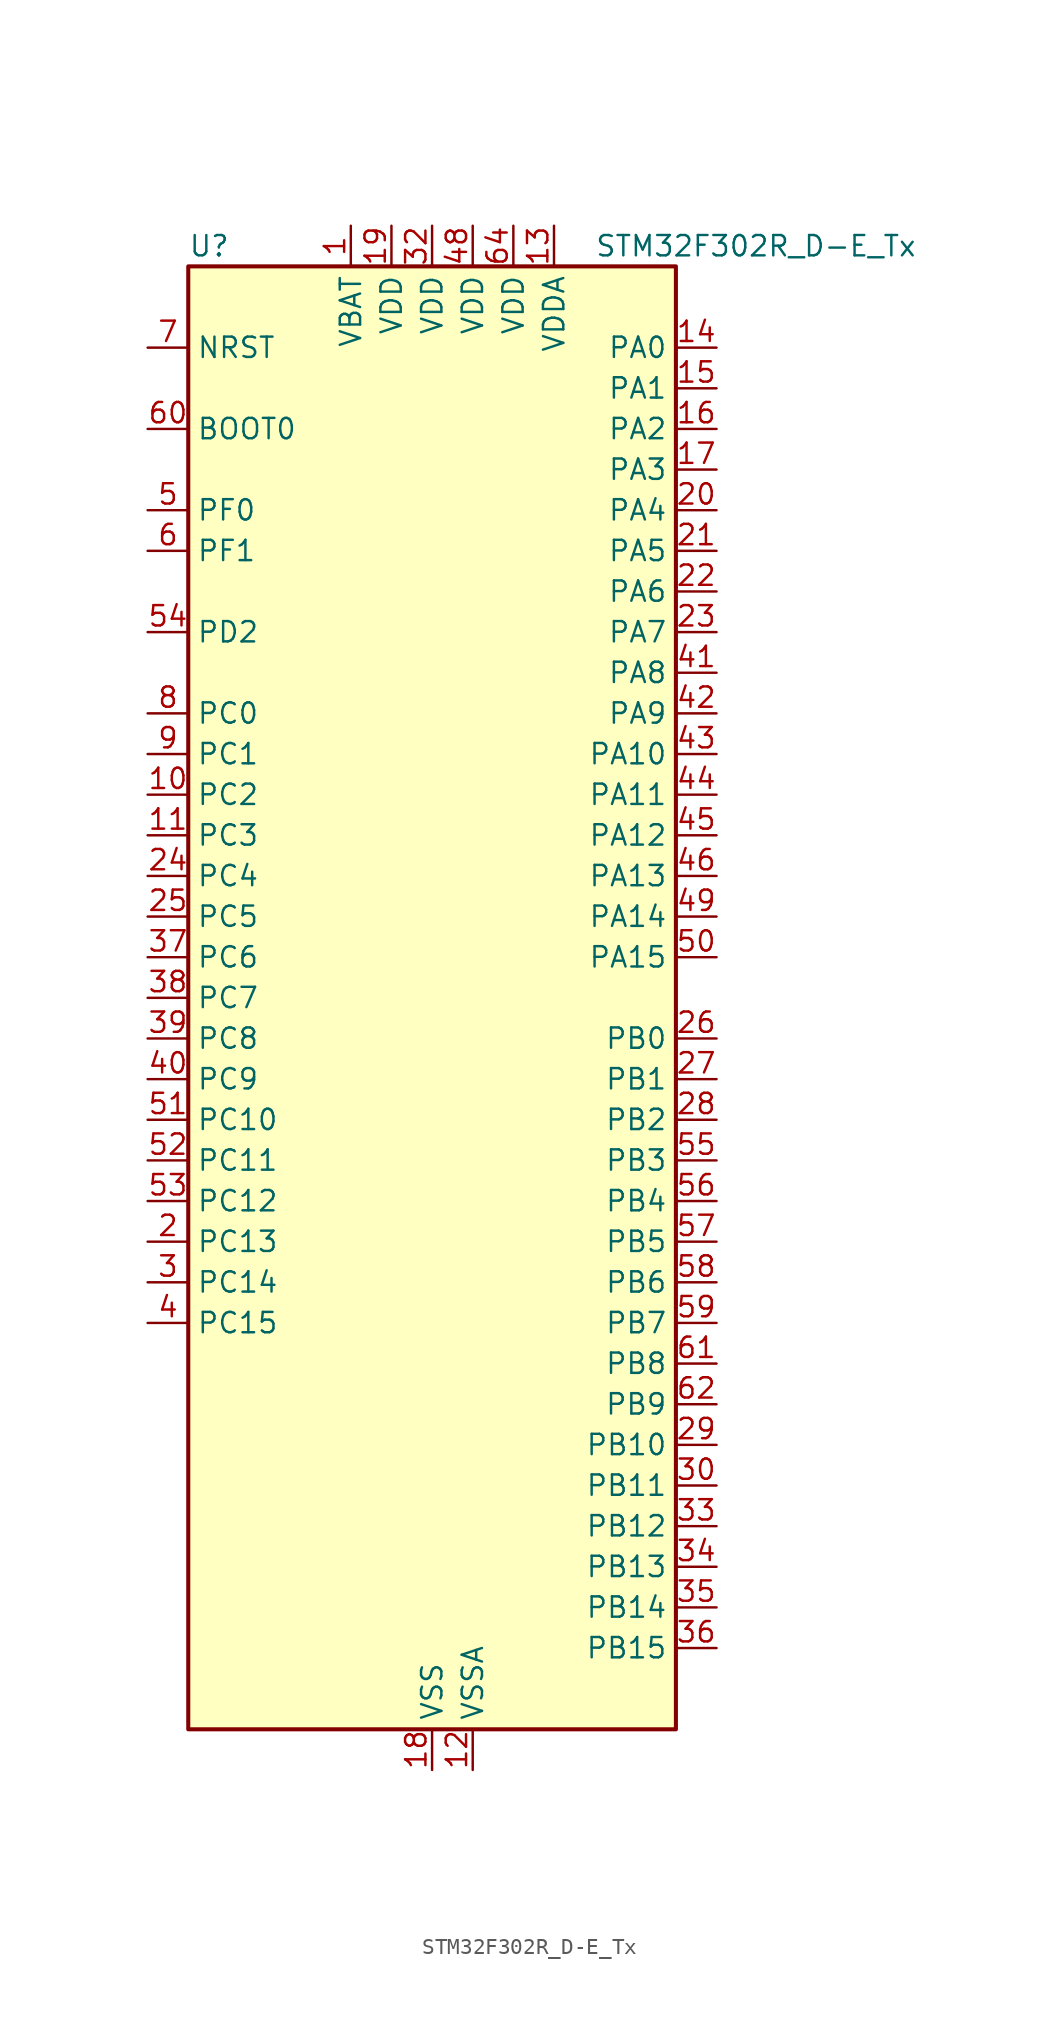
<source format=kicad_sym>
(kicad_symbol_lib
  (version 20241209)
  (generator "kicad_symbol_editor")
  (generator_version "9.0")
  (symbol "STM32F302R_D-E_Tx"
    (property "Reference" "U"
      (at -15.24 46.99 0)
      (effects (font (size 1.27 1.27)) (justify left)))
    (property "Value" "STM32F302R_D-E_Tx"
      (at 10.16 46.99 0)
      (effects (font (size 1.27 1.27)) (justify left)))
    (symbol "STM32F302R_D-E_Tx_0_1"
      (rectangle (start -15.24 -45.72) (end 15.24 45.72) (stroke (width 0.254) (type default)) (fill (type background))))
    (symbol "STM32F302R_D-E_Tx_1_1"
      (pin input line (at -17.78 40.64 0) (length 2.54) (name "NRST" (effects (font (size 1.27 1.27)))) (number "7" (effects (font (size 1.27 1.27)))))
      (pin input line (at -17.78 35.56 0) (length 2.54) (name "BOOT0" (effects (font (size 1.27 1.27)))) (number "60" (effects (font (size 1.27 1.27)))))
      (pin bidirectional line (at -17.78 30.48 0) (length 2.54) (name "PF0" (effects (font (size 1.27 1.27)))) (number "5" (effects (font (size 1.27 1.27)))) (alternate "I2C2_SDA" bidirectional line) (alternate "I2S2_WS" bidirectional line) (alternate "RCC_OSC_IN" bidirectional line) (alternate "SPI2_NSS" bidirectional line) (alternate "TIM1_CH3N" bidirectional line))
      (pin bidirectional line (at -17.78 27.94 0) (length 2.54) (name "PF1" (effects (font (size 1.27 1.27)))) (number "6" (effects (font (size 1.27 1.27)))) (alternate "I2C2_SCL" bidirectional line) (alternate "I2S2_CK" bidirectional line) (alternate "RCC_OSC_OUT" bidirectional line) (alternate "SPI2_SCK" bidirectional line))
      (pin bidirectional line (at -17.78 22.86 0) (length 2.54) (name "PD2" (effects (font (size 1.27 1.27)))) (number "54" (effects (font (size 1.27 1.27)))) (alternate "TIM3_ETR" bidirectional line) (alternate "UART5_RX" bidirectional line))
      (pin bidirectional line (at -17.78 17.78 0) (length 2.54) (name "PC0" (effects (font (size 1.27 1.27)))) (number "8" (effects (font (size 1.27 1.27)))) (alternate "ADC1_IN6" bidirectional line) (alternate "ADC2_IN6" bidirectional line) (alternate "TIM1_CH1" bidirectional line))
      (pin bidirectional line (at -17.78 15.24 0) (length 2.54) (name "PC1" (effects (font (size 1.27 1.27)))) (number "9" (effects (font (size 1.27 1.27)))) (alternate "ADC1_IN7" bidirectional line) (alternate "ADC2_IN7" bidirectional line) (alternate "TIM1_CH2" bidirectional line))
      (pin bidirectional line (at -17.78 12.7 0) (length 2.54) (name "PC2" (effects (font (size 1.27 1.27)))) (number "10" (effects (font (size 1.27 1.27)))) (alternate "ADC1_IN8" bidirectional line) (alternate "ADC2_IN8" bidirectional line) (alternate "TIM1_CH3" bidirectional line))
      (pin bidirectional line (at -17.78 10.16 0) (length 2.54) (name "PC3" (effects (font (size 1.27 1.27)))) (number "11" (effects (font (size 1.27 1.27)))) (alternate "ADC1_IN9" bidirectional line) (alternate "ADC2_IN9" bidirectional line) (alternate "TIM1_BKIN2" bidirectional line) (alternate "TIM1_CH4" bidirectional line))
      (pin bidirectional line (at -17.78 7.62 0) (length 2.54) (name "PC4" (effects (font (size 1.27 1.27)))) (number "24" (effects (font (size 1.27 1.27)))) (alternate "ADC2_IN5" bidirectional line) (alternate "TIM1_ETR" bidirectional line) (alternate "USART1_TX" bidirectional line))
      (pin bidirectional line (at -17.78 5.08 0) (length 2.54) (name "PC5" (effects (font (size 1.27 1.27)))) (number "25" (effects (font (size 1.27 1.27)))) (alternate "ADC2_IN11" bidirectional line) (alternate "OPAMP1_VINM" bidirectional line) (alternate "OPAMP1_VINM_SEC" bidirectional line) (alternate "OPAMP2_VINM" bidirectional line) (alternate "OPAMP2_VINM_SEC" bidirectional line) (alternate "TIM15_BKIN" bidirectional line) (alternate "TSC_G3_IO1" bidirectional line) (alternate "USART1_RX" bidirectional line))
      (pin bidirectional line (at -17.78 2.54 0) (length 2.54) (name "PC6" (effects (font (size 1.27 1.27)))) (number "37" (effects (font (size 1.27 1.27)))) (alternate "COMP6_OUT" bidirectional line) (alternate "I2S2_MCK" bidirectional line) (alternate "TIM3_CH1" bidirectional line))
      (pin bidirectional line (at -17.78 0 0) (length 2.54) (name "PC7" (effects (font (size 1.27 1.27)))) (number "38" (effects (font (size 1.27 1.27)))) (alternate "I2S3_MCK" bidirectional line) (alternate "TIM3_CH2" bidirectional line))
      (pin bidirectional line (at -17.78 -2.54 0) (length 2.54) (name "PC8" (effects (font (size 1.27 1.27)))) (number "39" (effects (font (size 1.27 1.27)))) (alternate "TIM3_CH3" bidirectional line))
      (pin bidirectional line (at -17.78 -5.08 0) (length 2.54) (name "PC9" (effects (font (size 1.27 1.27)))) (number "40" (effects (font (size 1.27 1.27)))) (alternate "DAC1_EXTI9" bidirectional line) (alternate "I2C3_SDA" bidirectional line) (alternate "I2S_CKIN" bidirectional line) (alternate "TIM3_CH4" bidirectional line))
      (pin bidirectional line (at -17.78 -7.62 0) (length 2.54) (name "PC10" (effects (font (size 1.27 1.27)))) (number "51" (effects (font (size 1.27 1.27)))) (alternate "I2S3_CK" bidirectional line) (alternate "SPI3_SCK" bidirectional line) (alternate "UART4_TX" bidirectional line) (alternate "USART3_TX" bidirectional line))
      (pin bidirectional line (at -17.78 -10.16 0) (length 2.54) (name "PC11" (effects (font (size 1.27 1.27)))) (number "52" (effects (font (size 1.27 1.27)))) (alternate "ADC1_EXTI11" bidirectional line) (alternate "ADC2_EXTI11" bidirectional line) (alternate "I2S3_ext_SD" bidirectional line) (alternate "SPI3_MISO" bidirectional line) (alternate "UART4_RX" bidirectional line) (alternate "USART3_RX" bidirectional line))
      (pin bidirectional line (at -17.78 -12.7 0) (length 2.54) (name "PC12" (effects (font (size 1.27 1.27)))) (number "53" (effects (font (size 1.27 1.27)))) (alternate "I2S3_SD" bidirectional line) (alternate "SPI3_MOSI" bidirectional line) (alternate "UART5_TX" bidirectional line) (alternate "USART3_CK" bidirectional line))
      (pin bidirectional line (at -17.78 -15.24 0) (length 2.54) (name "PC13" (effects (font (size 1.27 1.27)))) (number "2" (effects (font (size 1.27 1.27)))) (alternate "RTC_OUT_ALARM" bidirectional line) (alternate "RTC_OUT_CALIB" bidirectional line) (alternate "RTC_TAMP1" bidirectional line) (alternate "RTC_TS" bidirectional line) (alternate "SYS_WKUP2" bidirectional line) (alternate "TIM1_CH1N" bidirectional line))
      (pin bidirectional line (at -17.78 -17.78 0) (length 2.54) (name "PC14" (effects (font (size 1.27 1.27)))) (number "3" (effects (font (size 1.27 1.27)))) (alternate "RCC_OSC32_IN" bidirectional line))
      (pin bidirectional line (at -17.78 -20.32 0) (length 2.54) (name "PC15" (effects (font (size 1.27 1.27)))) (number "4" (effects (font (size 1.27 1.27)))) (alternate "ADC1_EXTI15" bidirectional line) (alternate "ADC2_EXTI15" bidirectional line) (alternate "RCC_OSC32_OUT" bidirectional line))
      (pin power_in line (at -5.08 48.26 270) (length 2.54) (name "VBAT" (effects (font (size 1.27 1.27)))) (number "1" (effects (font (size 1.27 1.27)))))
      (pin power_in line (at -2.54 48.26 270) (length 2.54) (name "VDD" (effects (font (size 1.27 1.27)))) (number "19" (effects (font (size 1.27 1.27)))))
      (pin power_in line (at 0 48.26 270) (length 2.54) (name "VDD" (effects (font (size 1.27 1.27)))) (number "32" (effects (font (size 1.27 1.27)))))
      (pin power_in line (at 0 -48.26 90) (length 2.54) (name "VSS" (effects (font (size 1.27 1.27)))) (number "18" (effects (font (size 1.27 1.27)))))
      (pin passive line (at 0 -48.26 90) (length 2.54) (hide yes) (name "VSS" (effects (font (size 1.27 1.27)))) (number "31" (effects (font (size 1.27 1.27)))))
      (pin passive line (at 0 -48.26 90) (length 2.54) (hide yes) (name "VSS" (effects (font (size 1.27 1.27)))) (number "47" (effects (font (size 1.27 1.27)))))
      (pin passive line (at 0 -48.26 90) (length 2.54) (hide yes) (name "VSS" (effects (font (size 1.27 1.27)))) (number "63" (effects (font (size 1.27 1.27)))))
      (pin power_in line (at 2.54 48.26 270) (length 2.54) (name "VDD" (effects (font (size 1.27 1.27)))) (number "48" (effects (font (size 1.27 1.27)))))
      (pin power_in line (at 2.54 -48.26 90) (length 2.54) (name "VSSA" (effects (font (size 1.27 1.27)))) (number "12" (effects (font (size 1.27 1.27)))))
      (pin power_in line (at 5.08 48.26 270) (length 2.54) (name "VDD" (effects (font (size 1.27 1.27)))) (number "64" (effects (font (size 1.27 1.27)))))
      (pin power_in line (at 7.62 48.26 270) (length 2.54) (name "VDDA" (effects (font (size 1.27 1.27)))) (number "13" (effects (font (size 1.27 1.27)))))
      (pin bidirectional line (at 17.78 40.64 180) (length 2.54) (name "PA0" (effects (font (size 1.27 1.27)))) (number "14" (effects (font (size 1.27 1.27)))) (alternate "ADC1_IN1" bidirectional line) (alternate "COMP1_INM" bidirectional line) (alternate "COMP1_OUT" bidirectional line) (alternate "RTC_TAMP2" bidirectional line) (alternate "SYS_WKUP1" bidirectional line) (alternate "TIM2_CH1" bidirectional line) (alternate "TIM2_ETR" bidirectional line) (alternate "TSC_G1_IO1" bidirectional line) (alternate "USART2_CTS" bidirectional line))
      (pin bidirectional line (at 17.78 38.1 180) (length 2.54) (name "PA1" (effects (font (size 1.27 1.27)))) (number "15" (effects (font (size 1.27 1.27)))) (alternate "ADC1_IN2" bidirectional line) (alternate "COMP1_INP" bidirectional line) (alternate "OPAMP1_VINP" bidirectional line) (alternate "OPAMP1_VINP_SEC" bidirectional line) (alternate "RTC_REFIN" bidirectional line) (alternate "TIM15_CH1N" bidirectional line) (alternate "TIM2_CH2" bidirectional line) (alternate "TSC_G1_IO2" bidirectional line) (alternate "USART2_DE" bidirectional line) (alternate "USART2_RTS" bidirectional line))
      (pin bidirectional line (at 17.78 35.56 180) (length 2.54) (name "PA2" (effects (font (size 1.27 1.27)))) (number "16" (effects (font (size 1.27 1.27)))) (alternate "ADC1_IN3" bidirectional line) (alternate "COMP2_INM" bidirectional line) (alternate "COMP2_OUT" bidirectional line) (alternate "OPAMP1_VOUT" bidirectional line) (alternate "TIM15_CH1" bidirectional line) (alternate "TIM2_CH3" bidirectional line) (alternate "TSC_G1_IO3" bidirectional line) (alternate "USART2_TX" bidirectional line))
      (pin bidirectional line (at 17.78 33.02 180) (length 2.54) (name "PA3" (effects (font (size 1.27 1.27)))) (number "17" (effects (font (size 1.27 1.27)))) (alternate "ADC1_IN4" bidirectional line) (alternate "OPAMP1_VINM" bidirectional line) (alternate "OPAMP1_VINM_SEC" bidirectional line) (alternate "OPAMP1_VINP" bidirectional line) (alternate "OPAMP1_VINP_SEC" bidirectional line) (alternate "TIM15_CH2" bidirectional line) (alternate "TIM2_CH4" bidirectional line) (alternate "TSC_G1_IO4" bidirectional line) (alternate "USART2_RX" bidirectional line))
      (pin bidirectional line (at 17.78 30.48 180) (length 2.54) (name "PA4" (effects (font (size 1.27 1.27)))) (number "20" (effects (font (size 1.27 1.27)))) (alternate "ADC2_IN1" bidirectional line) (alternate "COMP1_INM" bidirectional line) (alternate "COMP2_INM" bidirectional line) (alternate "COMP4_INM" bidirectional line) (alternate "COMP6_INM" bidirectional line) (alternate "DAC1_OUT1" bidirectional line) (alternate "I2S3_WS" bidirectional line) (alternate "SPI1_NSS" bidirectional line) (alternate "SPI3_NSS" bidirectional line) (alternate "TIM3_CH2" bidirectional line) (alternate "TSC_G2_IO1" bidirectional line) (alternate "USART2_CK" bidirectional line))
      (pin bidirectional line (at 17.78 27.94 180) (length 2.54) (name "PA5" (effects (font (size 1.27 1.27)))) (number "21" (effects (font (size 1.27 1.27)))) (alternate "ADC2_IN2" bidirectional line) (alternate "COMP1_INM" bidirectional line) (alternate "COMP2_INM" bidirectional line) (alternate "COMP4_INM" bidirectional line) (alternate "COMP6_INM" bidirectional line) (alternate "OPAMP1_VINP" bidirectional line) (alternate "OPAMP1_VINP_SEC" bidirectional line) (alternate "OPAMP2_VINM" bidirectional line) (alternate "OPAMP2_VINM_SEC" bidirectional line) (alternate "SPI1_SCK" bidirectional line) (alternate "TIM2_CH1" bidirectional line) (alternate "TIM2_ETR" bidirectional line) (alternate "TSC_G2_IO2" bidirectional line))
      (pin bidirectional line (at 17.78 25.4 180) (length 2.54) (name "PA6" (effects (font (size 1.27 1.27)))) (number "22" (effects (font (size 1.27 1.27)))) (alternate "ADC2_IN3" bidirectional line) (alternate "COMP1_OUT" bidirectional line) (alternate "OPAMP2_VOUT" bidirectional line) (alternate "SPI1_MISO" bidirectional line) (alternate "TIM16_CH1" bidirectional line) (alternate "TIM1_BKIN" bidirectional line) (alternate "TIM3_CH1" bidirectional line) (alternate "TSC_G2_IO3" bidirectional line))
      (pin bidirectional line (at 17.78 22.86 180) (length 2.54) (name "PA7" (effects (font (size 1.27 1.27)))) (number "23" (effects (font (size 1.27 1.27)))) (alternate "ADC2_IN4" bidirectional line) (alternate "COMP2_INP" bidirectional line) (alternate "OPAMP1_VINP" bidirectional line) (alternate "OPAMP1_VINP_SEC" bidirectional line) (alternate "OPAMP2_VINP" bidirectional line) (alternate "OPAMP2_VINP_SEC" bidirectional line) (alternate "SPI1_MOSI" bidirectional line) (alternate "TIM17_CH1" bidirectional line) (alternate "TIM1_CH1N" bidirectional line) (alternate "TIM3_CH2" bidirectional line) (alternate "TSC_G2_IO4" bidirectional line))
      (pin bidirectional line (at 17.78 20.32 180) (length 2.54) (name "PA8" (effects (font (size 1.27 1.27)))) (number "41" (effects (font (size 1.27 1.27)))) (alternate "I2C2_SMBA" bidirectional line) (alternate "I2C3_SCL" bidirectional line) (alternate "I2S2_MCK" bidirectional line) (alternate "RCC_MCO" bidirectional line) (alternate "TIM1_CH1" bidirectional line) (alternate "TIM4_ETR" bidirectional line) (alternate "USART1_CK" bidirectional line))
      (pin bidirectional line (at 17.78 17.78 180) (length 2.54) (name "PA9" (effects (font (size 1.27 1.27)))) (number "42" (effects (font (size 1.27 1.27)))) (alternate "DAC1_EXTI9" bidirectional line) (alternate "I2C2_SCL" bidirectional line) (alternate "I2C3_SMBA" bidirectional line) (alternate "I2S3_MCK" bidirectional line) (alternate "TIM15_BKIN" bidirectional line) (alternate "TIM1_CH2" bidirectional line) (alternate "TIM2_CH3" bidirectional line) (alternate "TSC_G4_IO1" bidirectional line) (alternate "USART1_TX" bidirectional line))
      (pin bidirectional line (at 17.78 15.24 180) (length 2.54) (name "PA10" (effects (font (size 1.27 1.27)))) (number "43" (effects (font (size 1.27 1.27)))) (alternate "COMP6_OUT" bidirectional line) (alternate "I2C2_SDA" bidirectional line) (alternate "I2S2_ext_SD" bidirectional line) (alternate "SPI2_MISO" bidirectional line) (alternate "TIM17_BKIN" bidirectional line) (alternate "TIM1_CH3" bidirectional line) (alternate "TIM2_CH4" bidirectional line) (alternate "TSC_G4_IO2" bidirectional line) (alternate "USART1_RX" bidirectional line))
      (pin bidirectional line (at 17.78 12.7 180) (length 2.54) (name "PA11" (effects (font (size 1.27 1.27)))) (number "44" (effects (font (size 1.27 1.27)))) (alternate "ADC1_EXTI11" bidirectional line) (alternate "ADC2_EXTI11" bidirectional line) (alternate "CAN_RX" bidirectional line) (alternate "COMP1_OUT" bidirectional line) (alternate "I2S2_SD" bidirectional line) (alternate "SPI2_MOSI" bidirectional line) (alternate "TIM1_BKIN2" bidirectional line) (alternate "TIM1_CH1N" bidirectional line) (alternate "TIM1_CH4" bidirectional line) (alternate "TIM4_CH1" bidirectional line) (alternate "USART1_CTS" bidirectional line) (alternate "USB_DM" bidirectional line))
      (pin bidirectional line (at 17.78 10.16 180) (length 2.54) (name "PA12" (effects (font (size 1.27 1.27)))) (number "45" (effects (font (size 1.27 1.27)))) (alternate "CAN_TX" bidirectional line) (alternate "COMP2_OUT" bidirectional line) (alternate "I2S_CKIN" bidirectional line) (alternate "TIM16_CH1" bidirectional line) (alternate "TIM1_CH2N" bidirectional line) (alternate "TIM1_ETR" bidirectional line) (alternate "TIM4_CH2" bidirectional line) (alternate "USART1_DE" bidirectional line) (alternate "USART1_RTS" bidirectional line) (alternate "USB_DP" bidirectional line))
      (pin bidirectional line (at 17.78 7.62 180) (length 2.54) (name "PA13" (effects (font (size 1.27 1.27)))) (number "46" (effects (font (size 1.27 1.27)))) (alternate "IR_OUT" bidirectional line) (alternate "SYS_JTMS-SWDIO" bidirectional line) (alternate "TIM16_CH1N" bidirectional line) (alternate "TIM4_CH3" bidirectional line) (alternate "TSC_G4_IO3" bidirectional line) (alternate "USART3_CTS" bidirectional line))
      (pin bidirectional line (at 17.78 5.08 180) (length 2.54) (name "PA14" (effects (font (size 1.27 1.27)))) (number "49" (effects (font (size 1.27 1.27)))) (alternate "I2C1_SDA" bidirectional line) (alternate "SYS_JTCK-SWCLK" bidirectional line) (alternate "TIM1_BKIN" bidirectional line) (alternate "TSC_G4_IO4" bidirectional line) (alternate "USART2_TX" bidirectional line))
      (pin bidirectional line (at 17.78 2.54 180) (length 2.54) (name "PA15" (effects (font (size 1.27 1.27)))) (number "50" (effects (font (size 1.27 1.27)))) (alternate "ADC1_EXTI15" bidirectional line) (alternate "ADC2_EXTI15" bidirectional line) (alternate "I2C1_SCL" bidirectional line) (alternate "I2S3_WS" bidirectional line) (alternate "SPI1_NSS" bidirectional line) (alternate "SPI3_NSS" bidirectional line) (alternate "SYS_JTDI" bidirectional line) (alternate "TIM1_BKIN" bidirectional line) (alternate "TIM2_CH1" bidirectional line) (alternate "TIM2_ETR" bidirectional line) (alternate "TSC_SYNC" bidirectional line) (alternate "USART2_RX" bidirectional line))
      (pin bidirectional line (at 17.78 -2.54 180) (length 2.54) (name "PB0" (effects (font (size 1.27 1.27)))) (number "26" (effects (font (size 1.27 1.27)))) (alternate "COMP4_INP" bidirectional line) (alternate "OPAMP2_VINP" bidirectional line) (alternate "OPAMP2_VINP_SEC" bidirectional line) (alternate "TIM1_CH2N" bidirectional line) (alternate "TIM3_CH3" bidirectional line) (alternate "TSC_G3_IO2" bidirectional line))
      (pin bidirectional line (at 17.78 -5.08 180) (length 2.54) (name "PB1" (effects (font (size 1.27 1.27)))) (number "27" (effects (font (size 1.27 1.27)))) (alternate "COMP4_OUT" bidirectional line) (alternate "TIM1_CH3N" bidirectional line) (alternate "TIM3_CH4" bidirectional line) (alternate "TSC_G3_IO3" bidirectional line))
      (pin bidirectional line (at 17.78 -7.62 180) (length 2.54) (name "PB2" (effects (font (size 1.27 1.27)))) (number "28" (effects (font (size 1.27 1.27)))) (alternate "ADC2_IN12" bidirectional line) (alternate "COMP4_INM" bidirectional line) (alternate "TSC_G3_IO4" bidirectional line))
      (pin bidirectional line (at 17.78 -10.16 180) (length 2.54) (name "PB3" (effects (font (size 1.27 1.27)))) (number "55" (effects (font (size 1.27 1.27)))) (alternate "I2S3_CK" bidirectional line) (alternate "SPI1_SCK" bidirectional line) (alternate "SPI3_SCK" bidirectional line) (alternate "SYS_JTDO-TRACESWO" bidirectional line) (alternate "TIM2_CH2" bidirectional line) (alternate "TIM3_ETR" bidirectional line) (alternate "TIM4_ETR" bidirectional line) (alternate "TSC_G5_IO1" bidirectional line) (alternate "USART2_TX" bidirectional line))
      (pin bidirectional line (at 17.78 -12.7 180) (length 2.54) (name "PB4" (effects (font (size 1.27 1.27)))) (number "56" (effects (font (size 1.27 1.27)))) (alternate "I2S3_ext_SD" bidirectional line) (alternate "SPI1_MISO" bidirectional line) (alternate "SPI3_MISO" bidirectional line) (alternate "SYS_NJTRST" bidirectional line) (alternate "TIM16_CH1" bidirectional line) (alternate "TIM17_BKIN" bidirectional line) (alternate "TIM3_CH1" bidirectional line) (alternate "TSC_G5_IO2" bidirectional line) (alternate "USART2_RX" bidirectional line))
      (pin bidirectional line (at 17.78 -15.24 180) (length 2.54) (name "PB5" (effects (font (size 1.27 1.27)))) (number "57" (effects (font (size 1.27 1.27)))) (alternate "I2C1_SMBA" bidirectional line) (alternate "I2C3_SDA" bidirectional line) (alternate "I2S3_SD" bidirectional line) (alternate "SPI1_MOSI" bidirectional line) (alternate "SPI3_MOSI" bidirectional line) (alternate "TIM16_BKIN" bidirectional line) (alternate "TIM17_CH1" bidirectional line) (alternate "TIM3_CH2" bidirectional line) (alternate "USART2_CK" bidirectional line))
      (pin bidirectional line (at 17.78 -17.78 180) (length 2.54) (name "PB6" (effects (font (size 1.27 1.27)))) (number "58" (effects (font (size 1.27 1.27)))) (alternate "I2C1_SCL" bidirectional line) (alternate "TIM16_CH1N" bidirectional line) (alternate "TIM4_CH1" bidirectional line) (alternate "TSC_G5_IO3" bidirectional line) (alternate "USART1_TX" bidirectional line))
      (pin bidirectional line (at 17.78 -20.32 180) (length 2.54) (name "PB7" (effects (font (size 1.27 1.27)))) (number "59" (effects (font (size 1.27 1.27)))) (alternate "I2C1_SDA" bidirectional line) (alternate "TIM17_CH1N" bidirectional line) (alternate "TIM3_CH4" bidirectional line) (alternate "TIM4_CH2" bidirectional line) (alternate "TSC_G5_IO4" bidirectional line) (alternate "USART1_RX" bidirectional line))
      (pin bidirectional line (at 17.78 -22.86 180) (length 2.54) (name "PB8" (effects (font (size 1.27 1.27)))) (number "61" (effects (font (size 1.27 1.27)))) (alternate "CAN_RX" bidirectional line) (alternate "COMP1_OUT" bidirectional line) (alternate "I2C1_SCL" bidirectional line) (alternate "TIM16_CH1" bidirectional line) (alternate "TIM1_BKIN" bidirectional line) (alternate "TIM4_CH3" bidirectional line) (alternate "TSC_SYNC" bidirectional line) (alternate "USART3_RX" bidirectional line))
      (pin bidirectional line (at 17.78 -25.4 180) (length 2.54) (name "PB9" (effects (font (size 1.27 1.27)))) (number "62" (effects (font (size 1.27 1.27)))) (alternate "CAN_TX" bidirectional line) (alternate "COMP2_OUT" bidirectional line) (alternate "DAC1_EXTI9" bidirectional line) (alternate "I2C1_SDA" bidirectional line) (alternate "IR_OUT" bidirectional line) (alternate "TIM17_CH1" bidirectional line) (alternate "TIM4_CH4" bidirectional line) (alternate "USART3_TX" bidirectional line))
      (pin bidirectional line (at 17.78 -27.94 180) (length 2.54) (name "PB10" (effects (font (size 1.27 1.27)))) (number "29" (effects (font (size 1.27 1.27)))) (alternate "TIM2_CH3" bidirectional line) (alternate "TSC_SYNC" bidirectional line) (alternate "USART3_TX" bidirectional line))
      (pin bidirectional line (at 17.78 -30.48 180) (length 2.54) (name "PB11" (effects (font (size 1.27 1.27)))) (number "30" (effects (font (size 1.27 1.27)))) (alternate "ADC1_EXTI11" bidirectional line) (alternate "ADC1_IN14" bidirectional line) (alternate "ADC2_EXTI11" bidirectional line) (alternate "ADC2_IN14" bidirectional line) (alternate "COMP6_INP" bidirectional line) (alternate "TIM2_CH4" bidirectional line) (alternate "TSC_G6_IO1" bidirectional line) (alternate "USART3_RX" bidirectional line))
      (pin bidirectional line (at 17.78 -33.02 180) (length 2.54) (name "PB12" (effects (font (size 1.27 1.27)))) (number "33" (effects (font (size 1.27 1.27)))) (alternate "I2C2_SMBA" bidirectional line) (alternate "I2S2_WS" bidirectional line) (alternate "SPI2_NSS" bidirectional line) (alternate "TIM1_BKIN" bidirectional line) (alternate "TSC_G6_IO2" bidirectional line) (alternate "USART3_CK" bidirectional line))
      (pin bidirectional line (at 17.78 -35.56 180) (length 2.54) (name "PB13" (effects (font (size 1.27 1.27)))) (number "34" (effects (font (size 1.27 1.27)))) (alternate "I2S2_CK" bidirectional line) (alternate "SPI2_SCK" bidirectional line) (alternate "TIM1_CH1N" bidirectional line) (alternate "TSC_G6_IO3" bidirectional line) (alternate "USART3_CTS" bidirectional line))
      (pin bidirectional line (at 17.78 -38.1 180) (length 2.54) (name "PB14" (effects (font (size 1.27 1.27)))) (number "35" (effects (font (size 1.27 1.27)))) (alternate "I2S2_ext_SD" bidirectional line) (alternate "OPAMP2_VINP" bidirectional line) (alternate "OPAMP2_VINP_SEC" bidirectional line) (alternate "SPI2_MISO" bidirectional line) (alternate "TIM15_CH1" bidirectional line) (alternate "TIM1_CH2N" bidirectional line) (alternate "TSC_G6_IO4" bidirectional line) (alternate "USART3_DE" bidirectional line) (alternate "USART3_RTS" bidirectional line))
      (pin bidirectional line (at 17.78 -40.64 180) (length 2.54) (name "PB15" (effects (font (size 1.27 1.27)))) (number "36" (effects (font (size 1.27 1.27)))) (alternate "ADC1_EXTI15" bidirectional line) (alternate "ADC2_EXTI15" bidirectional line) (alternate "COMP6_INM" bidirectional line) (alternate "I2S2_SD" bidirectional line) (alternate "RTC_REFIN" bidirectional line) (alternate "SPI2_MOSI" bidirectional line) (alternate "TIM15_CH1N" bidirectional line) (alternate "TIM15_CH2" bidirectional line) (alternate "TIM1_CH3N" bidirectional line)))))
</source>
